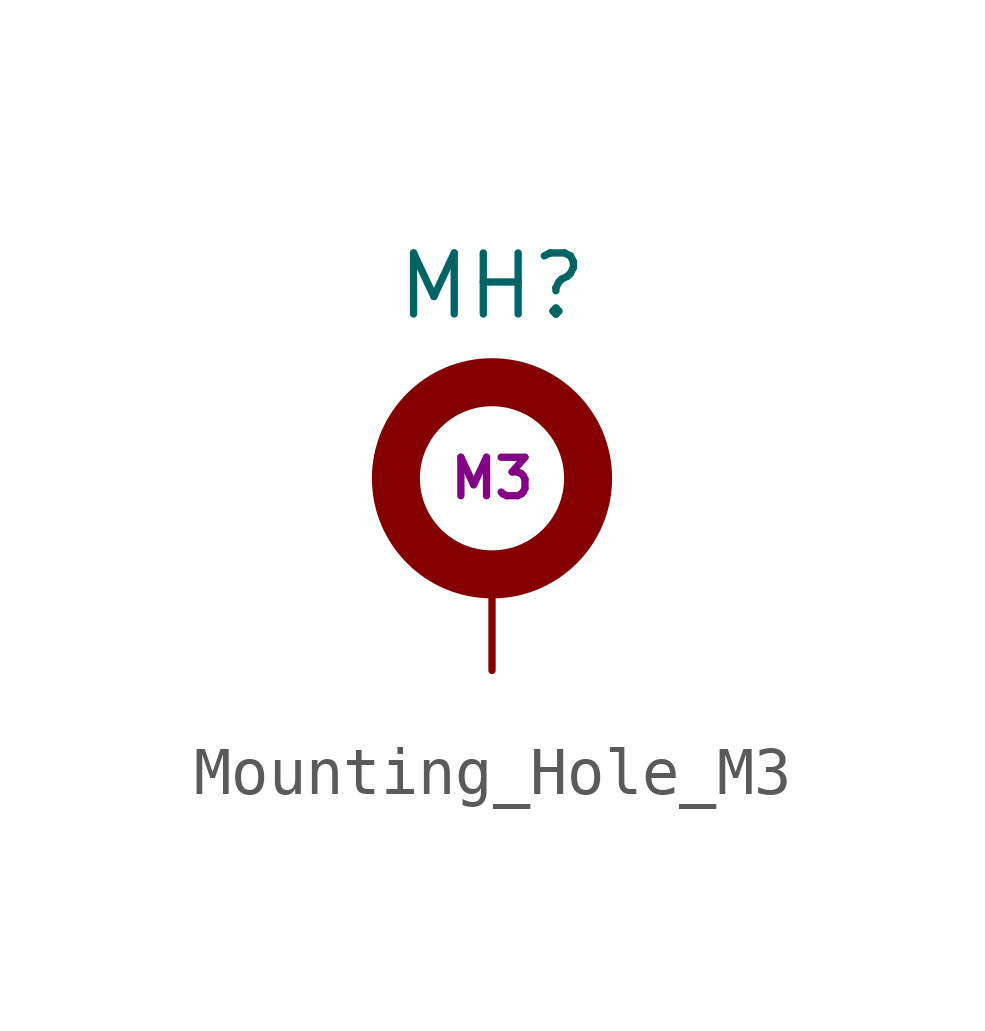
<source format=kicad_sym>
(kicad_symbol_lib
  (version 20211014)
  (generator kicad_symbol_editor)
  (symbol "Mounting_Hole_M3"
    (pin_numbers hide)
    (pin_names
      (offset 1.016) hide)
    (property "Reference" "MH"
      (at 0 5 0)
      (effects (font (size 1.27 1.27))))
    (property "Screw_size" "M3"
      (at 0 1 0)
      (effects (font (size 0.8 0.8))))
    (symbol "Mounting_Hole_M3_0_1"
      (circle (center 0 1) (radius 2) (stroke (width 1) (type default) (color 0 0 0 0)) (fill (type none))))
    (symbol "Mounting_Hole_M3_1_1"
      (pin input line (at 0 -3 90) (length 2) (name "1" (effects (font (size 1.27 1.27)))) (number "1" (effects (font (size 1.27 1.27))))))))
</source>
